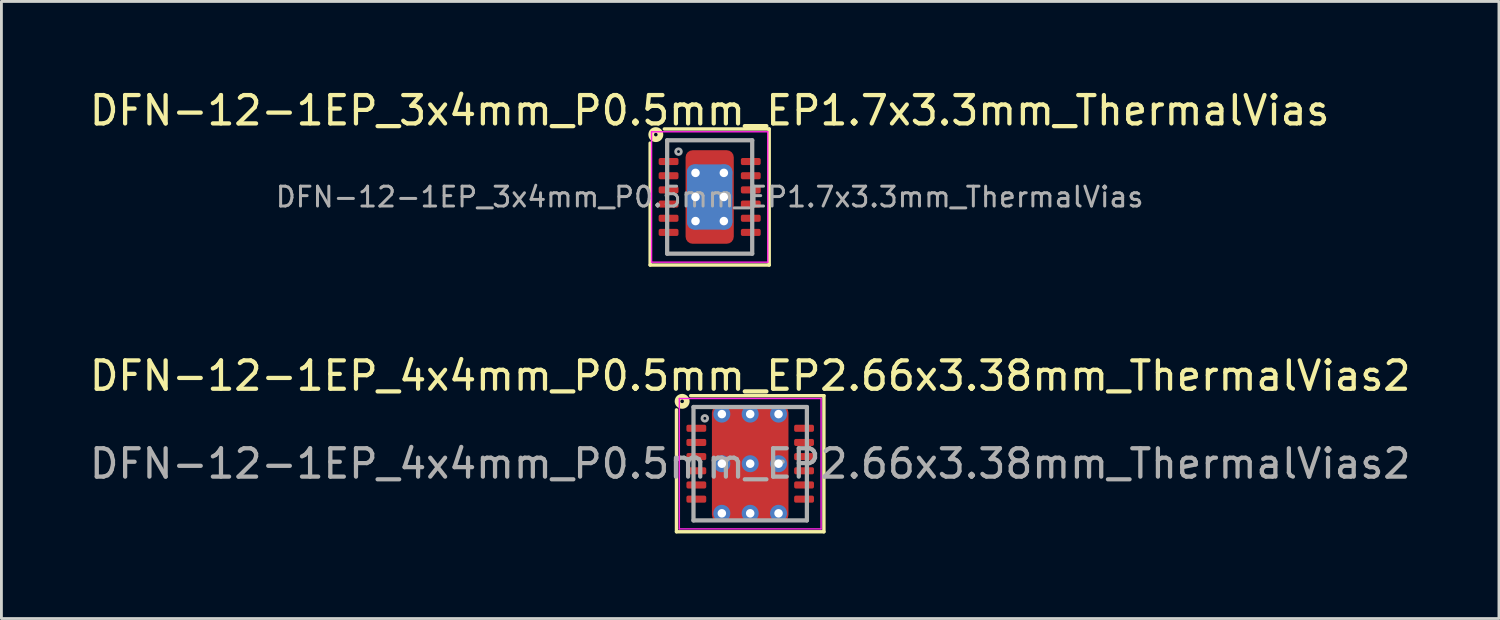
<source format=kicad_pcb>
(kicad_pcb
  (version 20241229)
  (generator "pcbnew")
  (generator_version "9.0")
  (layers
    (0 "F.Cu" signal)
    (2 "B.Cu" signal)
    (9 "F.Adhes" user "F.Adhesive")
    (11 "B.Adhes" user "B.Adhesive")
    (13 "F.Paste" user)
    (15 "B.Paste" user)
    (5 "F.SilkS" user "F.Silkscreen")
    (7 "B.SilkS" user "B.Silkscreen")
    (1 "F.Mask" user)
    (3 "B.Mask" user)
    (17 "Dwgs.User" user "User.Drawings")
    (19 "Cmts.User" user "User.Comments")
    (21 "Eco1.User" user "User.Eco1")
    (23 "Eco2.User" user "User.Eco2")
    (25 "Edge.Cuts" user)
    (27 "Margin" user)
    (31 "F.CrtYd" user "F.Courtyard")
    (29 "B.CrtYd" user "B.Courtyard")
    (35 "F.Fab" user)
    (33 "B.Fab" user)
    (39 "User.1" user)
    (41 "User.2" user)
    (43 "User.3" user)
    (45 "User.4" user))
  (footprint "DFN-12-1EP_4x4mm_P0.5mm_EP2.66x3.38mm_ThermalVias2"
    (layer "F.Cu")
    (at 23.411 13.306)
    (property "Reference" "DFN-12-1EP_4x4mm_P0.5mm_EP2.66x3.38mm_ThermalVias2" (at 0 -3.1 0) (layer "F.SilkS") (effects (font (size 1 1) (thickness 0.15))))
    (attr smd)
    (fp_line (start -2.6 2.4) (end -2.6 -1.9) (stroke (width 0.12) (type solid)) (layer "F.SilkS"))
    (fp_line (start -2.1 -2.4) (end 2.6 -2.4) (stroke (width 0.12) (type solid)) (layer "F.SilkS"))
    (fp_line (start 2.6 -2.4) (end 2.6 2.4) (stroke (width 0.12) (type solid)) (layer "F.SilkS"))
    (fp_line (start 2.6 2.4) (end -2.6 2.4) (stroke (width 0.12) (type solid)) (layer "F.SilkS"))
    (fp_circle (center -2.4 -2.2) (end -2.337 -2.2) (stroke (width 0.2) (type solid)) (fill no) (layer "F.SilkS"))
    (fp_line (start -2.5 -2.3) (end -2.5 2.3) (stroke (width 0.05) (type solid)) (layer "F.CrtYd"))
    (fp_line (start -2.5 -2.3) (end 2.5 -2.3) (stroke (width 0.05) (type solid)) (layer "F.CrtYd"))
    (fp_line (start -2.5 2.3) (end 2.5 2.3) (stroke (width 0.05) (type solid)) (layer "F.CrtYd"))
    (fp_line (start 2.5 -2.3) (end 2.5 2.3) (stroke (width 0.05) (type solid)) (layer "F.CrtYd"))
    (fp_line (start -2 -2) (end 2 -2) (stroke (width 0.15) (type solid)) (layer "F.Fab"))
    (fp_line (start -2 2) (end -2 -2) (stroke (width 0.15) (type solid)) (layer "F.Fab"))
    (fp_line (start 2 -2) (end 2 2) (stroke (width 0.15) (type solid)) (layer "F.Fab"))
    (fp_line (start 2 2) (end -2 2) (stroke (width 0.15) (type solid)) (layer "F.Fab"))
    (fp_circle (center -1.6 -1.6) (end -1.5 -1.6) (stroke (width 0.1) (type solid)) (fill no) (layer "F.Fab"))
    (fp_text user "${REFERENCE}" (at 0 0 0) (layer "F.Fab") (effects (font (size 1 1) (thickness 0.15))))
    (pad "" smd roundrect (at -0.6 -0.875) (size 1 0.85) (layers "F.Paste") (roundrect_rratio 0.25))
    (pad "" smd roundrect (at -0.6 0.875) (size 1 0.85) (layers "F.Paste") (roundrect_rratio 0.25))
    (pad "" smd roundrect (at 0 -0.875) (size 2.5 1.15) (layers "F.Mask") (roundrect_rratio 0.208))
    (pad "" smd roundrect (at 0 0.875) (size 2.5 1.15) (layers "F.Mask") (roundrect_rratio 0.208))
    (pad "" smd roundrect (at 0.6 -0.875) (size 1 0.85) (layers "F.Paste") (roundrect_rratio 0.25))
    (pad "" smd roundrect (at 0.6 0.875) (size 1 0.85) (layers "F.Paste") (roundrect_rratio 0.25))
    (pad "1" smd roundrect (at -1.9 -1.25) (size 0.7 0.25) (layers "F.Cu" "F.Mask" "F.Paste") (roundrect_rratio 0.25))
    (pad "2" smd roundrect (at -1.9 -0.75) (size 0.7 0.25) (layers "F.Cu" "F.Mask" "F.Paste") (roundrect_rratio 0.25))
    (pad "3" smd roundrect (at -1.9 -0.25) (size 0.7 0.25) (layers "F.Cu" "F.Mask" "F.Paste") (roundrect_rratio 0.25))
    (pad "4" smd roundrect (at -1.9 0.25) (size 0.7 0.25) (layers "F.Cu" "F.Mask" "F.Paste") (roundrect_rratio 0.25))
    (pad "5" smd roundrect (at -1.9 0.75) (size 0.7 0.25) (layers "F.Cu" "F.Mask" "F.Paste") (roundrect_rratio 0.25))
    (pad "6" smd roundrect (at -1.9 1.25) (size 0.7 0.25) (layers "F.Cu" "F.Mask" "F.Paste") (roundrect_rratio 0.25))
    (pad "7" smd roundrect (at 1.9 1.25) (size 0.7 0.25) (layers "F.Cu" "F.Mask" "F.Paste") (roundrect_rratio 0.25))
    (pad "8" smd roundrect (at 1.9 0.75) (size 0.7 0.25) (layers "F.Cu" "F.Mask" "F.Paste") (roundrect_rratio 0.25))
    (pad "9" smd roundrect (at 1.9 0.25) (size 0.7 0.25) (layers "F.Cu" "F.Mask" "F.Paste") (roundrect_rratio 0.25))
    (pad "10" smd roundrect (at 1.9 -0.25) (size 0.7 0.25) (layers "F.Cu" "F.Mask" "F.Paste") (roundrect_rratio 0.25))
    (pad "11" smd roundrect (at 1.9 -0.75) (size 0.7 0.25) (layers "F.Cu" "F.Mask" "F.Paste") (roundrect_rratio 0.25))
    (pad "12" smd roundrect (at 1.9 -1.25) (size 0.7 0.25) (layers "F.Cu" "F.Mask" "F.Paste") (roundrect_rratio 0.25))
    (pad "13" thru_hole circle (at -1 -1.75) (size 0.6 0.6) (drill 0.3) (property pad_prop_heatsink) (layers "*.Cu" "*.Mask"))
    (pad "13" thru_hole circle (at -1 0) (size 0.6 0.6) (drill 0.3) (property pad_prop_heatsink) (layers "*.Cu" "*.Mask"))
    (pad "13" thru_hole circle (at -1 1.75) (size 0.6 0.6) (drill 0.3) (property pad_prop_heatsink) (layers "*.Cu" "*.Mask"))
    (pad "13" thru_hole circle (at 0 -1.75) (size 0.6 0.6) (drill 0.3) (property pad_prop_heatsink) (layers "*.Cu" "*.Mask"))
    (pad "13" thru_hole circle (at 0 0) (size 0.6 0.6) (drill 0.3) (property pad_prop_heatsink) (layers "*.Cu" "*.Mask"))
    (pad "13" smd roundrect (at 0 0) (size 2.7 4.1) (layers "F.Cu") (roundrect_rratio 0.093))
    (pad "13" thru_hole circle (at 0 1.75) (size 0.6 0.6) (drill 0.3) (property pad_prop_heatsink) (layers "*.Cu" "*.Mask"))
    (pad "13" thru_hole circle (at 1 -1.75) (size 0.6 0.6) (drill 0.3) (property pad_prop_heatsink) (layers "*.Cu" "*.Mask"))
    (pad "13" thru_hole circle (at 1 0) (size 0.6 0.6) (drill 0.3) (property pad_prop_heatsink) (layers "*.Cu" "*.Mask"))
    (pad "13" thru_hole circle (at 1 1.75) (size 0.6 0.6) (drill 0.3) (property pad_prop_heatsink) (layers "*.Cu" "*.Mask")))
  (footprint "DFN-12-1EP_3x4mm_P0.5mm_EP1.7x3.3mm_ThermalVias"
    (layer "F.Cu")
    (at 21.982 3.898)
    (property "Reference" "DFN-12-1EP_3x4mm_P0.5mm_EP1.7x3.3mm_ThermalVias" (at 0 -3.05 0) (layer "F.SilkS") (effects (font (size 1 1) (thickness 0.15))))
    (attr smd)
    (fp_line (start -2.1 2.4) (end -2.1 -1.9) (stroke (width 0.12) (type solid)) (layer "F.SilkS"))
    (fp_line (start -1.6 -2.4) (end 2.1 -2.4) (stroke (width 0.12) (type solid)) (layer "F.SilkS"))
    (fp_line (start 2.1 -2.4) (end 2.1 2.4) (stroke (width 0.12) (type solid)) (layer "F.SilkS"))
    (fp_line (start 2.1 2.4) (end -2.1 2.4) (stroke (width 0.12) (type solid)) (layer "F.SilkS"))
    (fp_circle (center -1.9 -2.2) (end -1.837 -2.2) (stroke (width 0.2) (type solid)) (fill no) (layer "F.SilkS"))
    (fp_line (start -2.05 -2.3) (end -2.05 2.3) (stroke (width 0.05) (type solid)) (layer "F.CrtYd"))
    (fp_line (start -2.05 -2.3) (end 2.05 -2.3) (stroke (width 0.05) (type solid)) (layer "F.CrtYd"))
    (fp_line (start -2.05 2.3) (end 2.05 2.3) (stroke (width 0.05) (type solid)) (layer "F.CrtYd"))
    (fp_line (start 2.05 -2.3) (end 2.05 2.3) (stroke (width 0.05) (type solid)) (layer "F.CrtYd"))
    (fp_line (start -1.5 -2) (end 1.5 -2) (stroke (width 0.15) (type solid)) (layer "F.Fab"))
    (fp_line (start -1.5 2) (end -1.5 -2) (stroke (width 0.15) (type solid)) (layer "F.Fab"))
    (fp_line (start 1.5 -2) (end 1.5 2) (stroke (width 0.15) (type solid)) (layer "F.Fab"))
    (fp_line (start 1.5 2) (end -1.5 2) (stroke (width 0.15) (type solid)) (layer "F.Fab"))
    (fp_circle (center -1.1 -1.6) (end -1 -1.6) (stroke (width 0.1) (type solid)) (fill no) (layer "F.Fab"))
    (fp_text user "${REFERENCE}" (at 0 0 0) (layer "F.Fab") (effects (font (size 0.7 0.7) (thickness 0.105))))
    (pad "" smd roundrect (at -0.425 -1.238) (size 0.685 0.67) (layers "F.Paste") (roundrect_rratio 0.25))
    (pad "" smd roundrect (at -0.425 -0.412) (size 0.685 0.67) (layers "F.Paste") (roundrect_rratio 0.25))
    (pad "" smd roundrect (at -0.425 0.412) (size 0.685 0.67) (layers "F.Paste") (roundrect_rratio 0.25))
    (pad "" smd roundrect (at -0.425 1.238) (size 0.685 0.67) (layers "F.Paste") (roundrect_rratio 0.25))
    (pad "" smd roundrect (at 0.425 -1.238) (size 0.685 0.67) (layers "F.Paste") (roundrect_rratio 0.25))
    (pad "" smd roundrect (at 0.425 -0.412) (size 0.685 0.67) (layers "F.Paste") (roundrect_rratio 0.25))
    (pad "" smd roundrect (at 0.425 0.412) (size 0.685 0.67) (layers "F.Paste") (roundrect_rratio 0.25))
    (pad "" smd roundrect (at 0.425 1.238) (size 0.685 0.67) (layers "F.Paste") (roundrect_rratio 0.25))
    (pad "1" smd roundrect (at -1.45 -1.25) (size 0.7 0.25) (layers "F.Cu" "F.Mask" "F.Paste") (roundrect_rratio 0.25))
    (pad "2" smd roundrect (at -1.45 -0.75) (size 0.7 0.25) (layers "F.Cu" "F.Mask" "F.Paste") (roundrect_rratio 0.25))
    (pad "3" smd roundrect (at -1.45 -0.25) (size 0.7 0.25) (layers "F.Cu" "F.Mask" "F.Paste") (roundrect_rratio 0.25))
    (pad "4" smd roundrect (at -1.45 0.25) (size 0.7 0.25) (layers "F.Cu" "F.Mask" "F.Paste") (roundrect_rratio 0.25))
    (pad "5" smd roundrect (at -1.45 0.75) (size 0.7 0.25) (layers "F.Cu" "F.Mask" "F.Paste") (roundrect_rratio 0.25))
    (pad "6" smd roundrect (at -1.45 1.25) (size 0.7 0.25) (layers "F.Cu" "F.Mask" "F.Paste") (roundrect_rratio 0.25))
    (pad "7" smd roundrect (at 1.45 1.25) (size 0.7 0.25) (layers "F.Cu" "F.Mask" "F.Paste") (roundrect_rratio 0.25))
    (pad "8" smd roundrect (at 1.45 0.75) (size 0.7 0.25) (layers "F.Cu" "F.Mask" "F.Paste") (roundrect_rratio 0.25))
    (pad "9" smd roundrect (at 1.45 0.25) (size 0.7 0.25) (layers "F.Cu" "F.Mask" "F.Paste") (roundrect_rratio 0.25))
    (pad "10" smd roundrect (at 1.45 -0.25) (size 0.7 0.25) (layers "F.Cu" "F.Mask" "F.Paste") (roundrect_rratio 0.25))
    (pad "11" smd roundrect (at 1.45 -0.75) (size 0.7 0.25) (layers "F.Cu" "F.Mask" "F.Paste") (roundrect_rratio 0.25))
    (pad "12" smd roundrect (at 1.45 -1.25) (size 0.7 0.25) (layers "F.Cu" "F.Mask" "F.Paste") (roundrect_rratio 0.25))
    (pad "13" thru_hole circle (at -0.5 -0.85) (size 0.6 0.6) (drill 0.3) (property pad_prop_heatsink) (layers "*.Cu"))
    (pad "13" thru_hole circle (at -0.5 0) (size 0.6 0.6) (drill 0.3) (property pad_prop_heatsink) (layers "*.Cu"))
    (pad "13" thru_hole circle (at -0.5 0.85) (size 0.6 0.6) (drill 0.3) (property pad_prop_heatsink) (layers "*.Cu"))
    (pad "13" smd roundrect (at 0 0) (size 1.6 2.3) (layers "B.Cu" "B.Mask") (roundrect_rratio 0.156))
    (pad "13" smd roundrect (at 0 0) (size 1.7 3.3) (layers "F.Cu" "F.Mask") (roundrect_rratio 0.147))
    (pad "13" thru_hole circle (at 0.5 -0.85) (size 0.6 0.6) (drill 0.3) (property pad_prop_heatsink) (layers "*.Cu"))
    (pad "13" thru_hole circle (at 0.5 0) (size 0.6 0.6) (drill 0.3) (property pad_prop_heatsink) (layers "*.Cu"))
    (pad "13" thru_hole circle (at 0.5 0.85) (size 0.6 0.6) (drill 0.3) (property pad_prop_heatsink) (layers "*.Cu")))
  (gr_rect
    (start -3 -3)
    (end 49.821 18.767)
    (stroke (width 0.1) (type default))
    (fill no)
    (layer "Edge.Cuts")))
</source>
